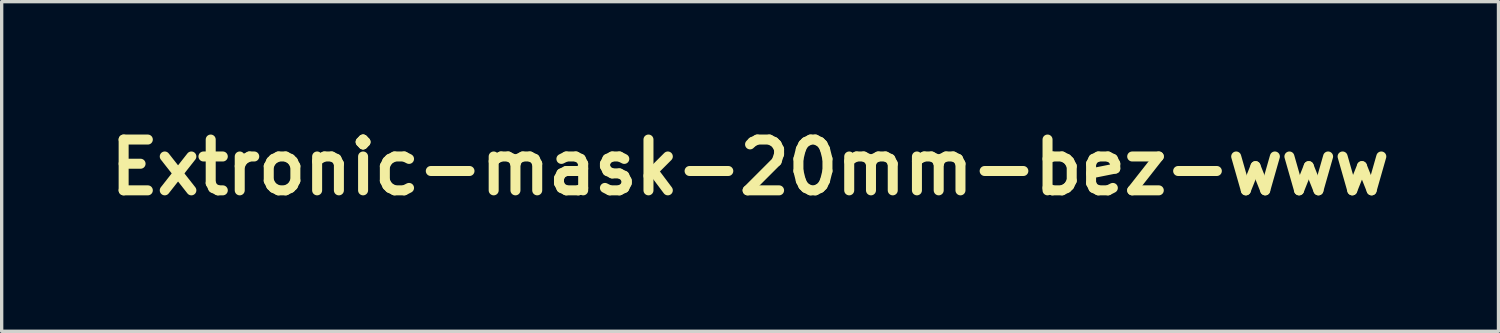
<source format=kicad_pcb>
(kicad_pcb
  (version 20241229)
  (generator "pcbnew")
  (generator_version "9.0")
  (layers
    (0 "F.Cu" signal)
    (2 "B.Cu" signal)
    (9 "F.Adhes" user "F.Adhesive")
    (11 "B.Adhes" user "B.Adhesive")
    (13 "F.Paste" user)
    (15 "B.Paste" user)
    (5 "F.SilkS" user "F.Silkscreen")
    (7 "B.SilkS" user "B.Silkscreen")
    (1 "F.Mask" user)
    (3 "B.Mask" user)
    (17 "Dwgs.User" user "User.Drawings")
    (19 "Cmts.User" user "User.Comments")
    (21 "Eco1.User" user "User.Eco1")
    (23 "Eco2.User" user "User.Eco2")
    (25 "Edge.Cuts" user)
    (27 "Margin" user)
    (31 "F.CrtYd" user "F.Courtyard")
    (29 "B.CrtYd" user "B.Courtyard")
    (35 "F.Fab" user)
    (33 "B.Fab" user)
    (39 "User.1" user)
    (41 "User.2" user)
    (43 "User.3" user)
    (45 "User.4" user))
  (footprint "Extronic-mask-20mm-bez-www"
    (layer "F.Cu")
    (at 19.456 1.972)
    (property "Reference" "Extronic-mask-20mm-bez-www" (at 0 0 180) (layer "F.SilkS") (effects (font (size 1.524 1.524) (thickness 0.3))))
    (attr board_only exclude_from_pos_files exclude_from_bom)
    (fp_poly (pts (xy 6.905 -0.59) (xy 6.989 -0.59) (xy 7.062 -0.589) (xy 7.122 -0.588) (xy 7.166 -0.588) (xy 7.192 -0.587) (xy 7.198 -0.586) (xy 7.194 -0.575) (xy 7.184 -0.543) (xy 7.167 -0.494) (xy 7.144 -0.427) (xy 7.117 -0.346) (xy 7.085 -0.251) (xy 7.048 -0.144) (xy 7.009 -0.028) (xy 6.967 0.096) (xy 6.923 0.227) (xy 6.877 0.362) (xy 6.83 0.501) (xy 6.782 0.64) (xy 6.735 0.779) (xy 6.689 0.916) (xy 6.643 1.048) (xy 6.6 1.175) (xy 6.56 1.295) (xy 6.522 1.405) (xy 6.488 1.505) (xy 6.458 1.592) (xy 6.434 1.664) (xy 6.428 1.682) (xy 6.362 1.875) (xy 5.591 1.875) (xy 5.743 1.426) (xy 5.774 1.335) (xy 5.811 1.225) (xy 5.854 1.101) (xy 5.9 0.964) (xy 5.95 0.819) (xy 6.001 0.668) (xy 6.053 0.516) (xy 6.104 0.365) (xy 6.153 0.219) (xy 6.162 0.194) (xy 6.428 -0.59) (xy 6.813 -0.59)) (stroke (width 0) (type solid)) (fill yes) (layer "F.Mask"))
    (fp_poly (pts (xy 7.262 -1.898) (xy 7.28 -1.874) (xy 7.307 -1.836) (xy 7.339 -1.788) (xy 7.374 -1.734) (xy 7.412 -1.676) (xy 7.449 -1.618) (xy 7.484 -1.563) (xy 7.514 -1.515) (xy 7.537 -1.477) (xy 7.551 -1.451) (xy 7.555 -1.442) (xy 7.545 -1.434) (xy 7.519 -1.414) (xy 7.479 -1.384) (xy 7.427 -1.344) (xy 7.365 -1.297) (xy 7.296 -1.245) (xy 7.25 -1.209) (xy 7.177 -1.154) (xy 7.109 -1.102) (xy 7.049 -1.057) (xy 7 -1.019) (xy 6.963 -0.991) (xy 6.94 -0.974) (xy 6.935 -0.97) (xy 6.921 -0.97) (xy 6.902 -0.989) (xy 6.893 -1.003) (xy 6.873 -1.035) (xy 6.845 -1.078) (xy 6.813 -1.129) (xy 6.779 -1.185) (xy 6.743 -1.243) (xy 6.709 -1.298) (xy 6.679 -1.348) (xy 6.654 -1.388) (xy 6.638 -1.417) (xy 6.631 -1.429) (xy 6.631 -1.429) (xy 6.639 -1.437) (xy 6.664 -1.457) (xy 6.702 -1.486) (xy 6.751 -1.524) (xy 6.807 -1.568) (xy 6.869 -1.616) (xy 6.934 -1.666) (xy 7 -1.716) (xy 7.063 -1.764) (xy 7.121 -1.808) (xy 7.172 -1.847) (xy 7.213 -1.877) (xy 7.241 -1.898) (xy 7.254 -1.907) (xy 7.254 -1.907)) (stroke (width 0) (type solid)) (fill yes) (layer "F.Mask"))
    (fp_poly (pts (xy 0.14 -0.634) (xy 0.216 -0.631) (xy 0.064 -0.304) (xy 0.027 -0.223) (xy -0.008 -0.149) (xy -0.038 -0.085) (xy -0.063 -0.032) (xy -0.082 0.006) (xy -0.093 0.026) (xy -0.094 0.029) (xy -0.108 0.03) (xy -0.14 0.026) (xy -0.184 0.019) (xy -0.228 0.011) (xy -0.322 -0.005) (xy -0.413 -0.013) (xy -0.495 -0.014) (xy -0.563 -0.006) (xy -0.599 0.004) (xy -0.632 0.019) (xy -0.675 0.043) (xy -0.73 0.079) (xy -0.799 0.127) (xy -0.801 0.128) (xy -0.806 0.14) (xy -0.817 0.171) (xy -0.835 0.22) (xy -0.858 0.285) (xy -0.885 0.364) (xy -0.917 0.454) (xy -0.951 0.555) (xy -0.989 0.663) (xy -1.028 0.777) (xy -1.069 0.895) (xy -1.11 1.015) (xy -1.151 1.134) (xy -1.191 1.251) (xy -1.23 1.364) (xy -1.266 1.47) (xy -1.299 1.569) (xy -1.329 1.657) (xy -1.355 1.732) (xy -1.375 1.793) (xy -1.39 1.838) (xy -1.398 1.865) (xy -1.4 1.871) (xy -1.411 1.872) (xy -1.443 1.873) (xy -1.492 1.873) (xy -1.557 1.874) (xy -1.634 1.874) (xy -1.72 1.875) (xy -1.787 1.875) (xy -2.174 1.875) (xy -2.021 1.426) (xy -1.99 1.335) (xy -1.953 1.225) (xy -1.911 1.101) (xy -1.864 0.964) (xy -1.815 0.819) (xy -1.764 0.668) (xy -1.712 0.516) (xy -1.661 0.365) (xy -1.611 0.219) (xy -1.603 0.194) (xy -1.337 -0.59) (xy -0.64 -0.59) (xy -0.667 -0.449) (xy -0.677 -0.395) (xy -0.684 -0.35) (xy -0.688 -0.317) (xy -0.688 -0.303) (xy -0.688 -0.302) (xy -0.677 -0.307) (xy -0.656 -0.323) (xy -0.633 -0.343) (xy -0.597 -0.376) (xy -0.551 -0.415) (xy -0.5 -0.456) (xy -0.451 -0.494) (xy -0.409 -0.524) (xy -0.391 -0.536) (xy -0.337 -0.562) (xy -0.264 -0.586) (xy -0.179 -0.606) (xy -0.087 -0.622) (xy 0.006 -0.632) (xy 0.097 -0.635)) (stroke (width 0) (type solid)) (fill yes) (layer "F.Mask"))
    (fp_poly (pts (xy 5.155 -0.628) (xy 5.258 -0.603) (xy 5.347 -0.562) (xy 5.42 -0.506) (xy 5.478 -0.436) (xy 5.509 -0.373) (xy 5.525 -0.313) (xy 5.534 -0.238) (xy 5.536 -0.156) (xy 5.53 -0.076) (xy 5.516 -0.004) (xy 5.51 0.015) (xy 5.497 0.054) (xy 5.479 0.11) (xy 5.455 0.182) (xy 5.426 0.268) (xy 5.393 0.366) (xy 5.357 0.473) (xy 5.319 0.588) (xy 5.278 0.708) (xy 5.236 0.832) (xy 5.194 0.958) (xy 5.152 1.082) (xy 5.111 1.205) (xy 5.071 1.322) (xy 5.033 1.433) (xy 4.998 1.535) (xy 4.967 1.627) (xy 4.94 1.705) (xy 4.918 1.769) (xy 4.902 1.816) (xy 4.895 1.837) (xy 4.881 1.875) (xy 4.112 1.875) (xy 4.221 1.554) (xy 4.293 1.342) (xy 4.358 1.151) (xy 4.416 0.98) (xy 4.467 0.827) (xy 4.513 0.692) (xy 4.553 0.573) (xy 4.587 0.469) (xy 4.617 0.379) (xy 4.642 0.302) (xy 4.662 0.236) (xy 4.678 0.181) (xy 4.691 0.136) (xy 4.701 0.098) (xy 4.707 0.068) (xy 4.711 0.044) (xy 4.712 0.025) (xy 4.712 0.009) (xy 4.709 -0.004) (xy 4.706 -0.015) (xy 4.701 -0.027) (xy 4.698 -0.034) (xy 4.669 -0.076) (xy 4.623 -0.103) (xy 4.56 -0.117) (xy 4.483 -0.116) (xy 4.391 -0.101) (xy 4.286 -0.072) (xy 4.169 -0.029) (xy 4.073 0.013) (xy 3.998 0.047) (xy 3.802 0.622) (xy 3.76 0.747) (xy 3.716 0.877) (xy 3.671 1.009) (xy 3.627 1.138) (xy 3.586 1.26) (xy 3.548 1.371) (xy 3.515 1.468) (xy 3.492 1.536) (xy 3.376 1.875) (xy 2.605 1.875) (xy 2.758 1.426) (xy 2.789 1.335) (xy 2.826 1.225) (xy 2.868 1.101) (xy 2.915 0.964) (xy 2.964 0.819) (xy 3.015 0.668) (xy 3.067 0.516) (xy 3.118 0.365) (xy 3.168 0.219) (xy 3.176 0.194) (xy 3.443 -0.59) (xy 4.134 -0.59) (xy 4.127 -0.555) (xy 4.123 -0.527) (xy 4.118 -0.484) (xy 4.113 -0.435) (xy 4.112 -0.428) (xy 4.105 -0.336) (xy 4.23 -0.395) (xy 4.394 -0.468) (xy 4.55 -0.528) (xy 4.695 -0.576) (xy 4.829 -0.61) (xy 4.949 -0.631) (xy 5.041 -0.636)) (stroke (width 0) (type solid)) (fill yes) (layer "F.Mask"))
    (fp_poly (pts (xy 9.27 -0.626) (xy 9.496 -0.595) (xy 9.5 -0.594) (xy 9.548 -0.585) (xy 9.6 -0.575) (xy 9.652 -0.563) (xy 9.698 -0.553) (xy 9.732 -0.544) (xy 9.751 -0.539) (xy 9.752 -0.538) (xy 9.748 -0.528) (xy 9.733 -0.501) (xy 9.711 -0.46) (xy 9.682 -0.409) (xy 9.649 -0.35) (xy 9.614 -0.288) (xy 9.577 -0.224) (xy 9.542 -0.162) (xy 9.509 -0.106) (xy 9.482 -0.058) (xy 9.46 -0.022) (xy 9.447 -0.001) (xy 9.444 0.003) (xy 9.431 0.002) (xy 9.4 -0.006) (xy 9.357 -0.02) (xy 9.304 -0.04) (xy 9.29 -0.045) (xy 9.196 -0.081) (xy 9.118 -0.109) (xy 9.051 -0.13) (xy 8.991 -0.145) (xy 8.934 -0.156) (xy 8.882 -0.162) (xy 8.752 -0.167) (xy 8.621 -0.152) (xy 8.562 -0.139) (xy 8.51 -0.114) (xy 8.455 -0.07) (xy 8.399 -0.007) (xy 8.343 0.072) (xy 8.29 0.165) (xy 8.283 0.179) (xy 8.245 0.26) (xy 8.205 0.356) (xy 8.163 0.462) (xy 8.123 0.574) (xy 8.085 0.685) (xy 8.052 0.791) (xy 8.025 0.886) (xy 8.008 0.96) (xy 7.99 1.068) (xy 7.984 1.158) (xy 7.991 1.233) (xy 8.011 1.296) (xy 8.044 1.347) (xy 8.05 1.354) (xy 8.078 1.382) (xy 8.109 1.403) (xy 8.145 1.416) (xy 8.192 1.424) (xy 8.254 1.427) (xy 8.326 1.427) (xy 8.482 1.419) (xy 8.652 1.396) (xy 8.837 1.36) (xy 8.934 1.336) (xy 8.992 1.322) (xy 9.041 1.31) (xy 9.078 1.301) (xy 9.098 1.296) (xy 9.101 1.296) (xy 9.103 1.307) (xy 9.106 1.336) (xy 9.107 1.377) (xy 9.107 1.405) (xy 9.107 1.514) (xy 9.018 1.569) (xy 8.828 1.677) (xy 8.634 1.767) (xy 8.438 1.838) (xy 8.245 1.889) (xy 8.164 1.904) (xy 8.101 1.911) (xy 8.025 1.916) (xy 7.942 1.919) (xy 7.86 1.919) (xy 7.785 1.916) (xy 7.724 1.91) (xy 7.713 1.909) (xy 7.642 1.893) (xy 7.567 1.87) (xy 7.495 1.843) (xy 7.433 1.813) (xy 7.403 1.795) (xy 7.339 1.739) (xy 7.28 1.667) (xy 7.232 1.588) (xy 7.208 1.531) (xy 7.197 1.498) (xy 7.19 1.467) (xy 7.185 1.433) (xy 7.182 1.391) (xy 7.181 1.335) (xy 7.18 1.267) (xy 7.181 1.181) (xy 7.184 1.112) (xy 7.19 1.056) (xy 7.198 1.006) (xy 7.202 0.989) (xy 7.264 0.765) (xy 7.342 0.553) (xy 7.436 0.356) (xy 7.543 0.174) (xy 7.646 0.034) (xy 7.785 -0.121) (xy 7.935 -0.255) (xy 8.096 -0.37) (xy 8.267 -0.464) (xy 8.449 -0.538) (xy 8.64 -0.591) (xy 8.841 -0.624) (xy 9.051 -0.635)) (stroke (width 0) (type solid)) (fill yes) (layer "F.Mask"))
    (fp_poly (pts (xy 1.769 -0.629) (xy 1.836 -0.628) (xy 1.889 -0.625) (xy 1.934 -0.621) (xy 1.976 -0.615) (xy 2.018 -0.606) (xy 2.025 -0.604) (xy 2.157 -0.564) (xy 2.272 -0.509) (xy 2.369 -0.44) (xy 2.448 -0.355) (xy 2.509 -0.256) (xy 2.552 -0.143) (xy 2.564 -0.093) (xy 2.579 0.021) (xy 2.578 0.148) (xy 2.563 0.287) (xy 2.533 0.434) (xy 2.49 0.587) (xy 2.434 0.743) (xy 2.366 0.899) (xy 2.361 0.908) (xy 2.259 1.096) (xy 2.142 1.265) (xy 2.012 1.416) (xy 1.868 1.548) (xy 1.711 1.661) (xy 1.541 1.755) (xy 1.359 1.831) (xy 1.18 1.882) (xy 1.132 1.893) (xy 1.086 1.901) (xy 1.038 1.907) (xy 0.983 1.911) (xy 0.914 1.913) (xy 0.833 1.915) (xy 0.761 1.916) (xy 0.696 1.917) (xy 0.641 1.916) (xy 0.601 1.916) (xy 0.579 1.914) (xy 0.579 1.914) (xy 0.449 1.888) (xy 0.34 1.858) (xy 0.247 1.821) (xy 0.168 1.776) (xy 0.099 1.723) (xy 0.052 1.675) (xy -0.015 1.584) (xy -0.065 1.48) (xy -0.088 1.403) (xy -0.098 1.337) (xy -0.103 1.255) (xy -0.102 1.166) (xy 0.675 1.166) (xy 0.678 1.262) (xy 0.696 1.342) (xy 0.73 1.405) (xy 0.78 1.451) (xy 0.846 1.482) (xy 0.929 1.496) (xy 1.029 1.495) (xy 1.146 1.478) (xy 1.163 1.475) (xy 1.21 1.463) (xy 1.254 1.448) (xy 1.282 1.435) (xy 1.317 1.404) (xy 1.358 1.353) (xy 1.402 1.284) (xy 1.449 1.198) (xy 1.498 1.099) (xy 1.548 0.987) (xy 1.597 0.865) (xy 1.646 0.735) (xy 1.692 0.599) (xy 1.693 0.596) (xy 1.736 0.452) (xy 1.767 0.32) (xy 1.787 0.202) (xy 1.794 0.099) (xy 1.79 0.013) (xy 1.776 -0.048) (xy 1.742 -0.11) (xy 1.692 -0.161) (xy 1.635 -0.192) (xy 1.589 -0.203) (xy 1.527 -0.207) (xy 1.456 -0.205) (xy 1.382 -0.198) (xy 1.31 -0.185) (xy 1.267 -0.173) (xy 1.22 -0.156) (xy 1.181 -0.135) (xy 1.145 -0.105) (xy 1.112 -0.066) (xy 1.077 -0.014) (xy 1.039 0.055) (xy 1.001 0.131) (xy 0.941 0.263) (xy 0.882 0.404) (xy 0.828 0.55) (xy 0.779 0.694) (xy 0.738 0.833) (xy 0.706 0.961) (xy 0.688 1.053) (xy 0.675 1.166) (xy -0.102 1.166) (xy -0.102 1.163) (xy -0.096 1.067) (xy -0.085 0.974) (xy -0.069 0.889) (xy -0.065 0.874) (xy -0.000474 0.655) (xy 0.08 0.45) (xy 0.175 0.261) (xy 0.285 0.088) (xy 0.408 -0.068) (xy 0.545 -0.207) (xy 0.694 -0.328) (xy 0.855 -0.429) (xy 1.027 -0.512) (xy 1.127 -0.549) (xy 1.218 -0.577) (xy 1.301 -0.598) (xy 1.382 -0.613) (xy 1.467 -0.623) (xy 1.562 -0.628) (xy 1.674 -0.63) (xy 1.684 -0.63)) (stroke (width 0) (type solid)) (fill yes) (layer "F.Mask"))
    (fp_poly (pts (xy -2.467 -1.004) (xy -2.351 -1.001) (xy -2.408 -0.827) (xy -2.428 -0.765) (xy -2.445 -0.709) (xy -2.46 -0.662) (xy -2.469 -0.631) (xy -2.471 -0.622) (xy -2.478 -0.59) (xy -2.124 -0.59) (xy -2.037 -0.59) (xy -1.957 -0.59) (xy -1.887 -0.589) (xy -1.832 -0.588) (xy -1.793 -0.587) (xy -1.773 -0.585) (xy -1.77 -0.585) (xy -1.775 -0.571) (xy -1.787 -0.54) (xy -1.805 -0.498) (xy -1.827 -0.448) (xy -1.85 -0.396) (xy -1.873 -0.345) (xy -1.894 -0.299) (xy -1.911 -0.265) (xy -1.922 -0.245) (xy -1.924 -0.242) (xy -1.943 -0.235) (xy -1.984 -0.228) (xy -2.045 -0.219) (xy -2.124 -0.21) (xy -2.218 -0.2) (xy -2.327 -0.19) (xy -2.37 -0.186) (xy -2.443 -0.179) (xy -2.508 -0.173) (xy -2.561 -0.168) (xy -2.599 -0.164) (xy -2.619 -0.161) (xy -2.621 -0.16) (xy -2.626 -0.148) (xy -2.638 -0.116) (xy -2.655 -0.067) (xy -2.677 -0.003) (xy -2.704 0.074) (xy -2.734 0.162) (xy -2.766 0.257) (xy -2.801 0.358) (xy -2.836 0.463) (xy -2.872 0.569) (xy -2.907 0.674) (xy -2.941 0.775) (xy -2.973 0.871) (xy -3.002 0.958) (xy -3.027 1.035) (xy -3.048 1.1) (xy -3.064 1.149) (xy -3.074 1.181) (xy -3.077 1.192) (xy -3.086 1.24) (xy -3.088 1.273) (xy -3.082 1.297) (xy -3.067 1.321) (xy -3.06 1.329) (xy -3.044 1.345) (xy -3.024 1.358) (xy -2.998 1.366) (xy -2.964 1.372) (xy -2.919 1.373) (xy -2.862 1.371) (xy -2.789 1.366) (xy -2.698 1.357) (xy -2.588 1.345) (xy -2.543 1.34) (xy -2.492 1.335) (xy -2.45 1.332) (xy -2.421 1.332) (xy -2.412 1.334) (xy -2.412 1.347) (xy -2.419 1.377) (xy -2.432 1.42) (xy -2.447 1.467) (xy -2.489 1.594) (xy -2.653 1.669) (xy -2.859 1.757) (xy -3.055 1.826) (xy -3.243 1.877) (xy -3.372 1.903) (xy -3.447 1.913) (xy -3.53 1.918) (xy -3.613 1.919) (xy -3.69 1.916) (xy -3.754 1.908) (xy -3.769 1.904) (xy -3.845 1.876) (xy -3.903 1.833) (xy -3.944 1.776) (xy -3.966 1.705) (xy -3.971 1.621) (xy -3.957 1.524) (xy -3.952 1.504) (xy -3.945 1.482) (xy -3.932 1.44) (xy -3.912 1.38) (xy -3.887 1.304) (xy -3.857 1.214) (xy -3.822 1.111) (xy -3.784 0.998) (xy -3.743 0.876) (xy -3.7 0.748) (xy -3.662 0.636) (xy -3.617 0.505) (xy -3.576 0.381) (xy -3.537 0.265) (xy -3.502 0.159) (xy -3.471 0.065) (xy -3.445 -0.017) (xy -3.424 -0.083) (xy -3.409 -0.132) (xy -3.4 -0.163) (xy -3.398 -0.174) (xy -3.413 -0.181) (xy -3.444 -0.194) (xy -3.485 -0.211) (xy -3.509 -0.22) (xy -3.557 -0.239) (xy -3.587 -0.252) (xy -3.601 -0.263) (xy -3.605 -0.274) (xy -3.604 -0.28) (xy -3.597 -0.302) (xy -3.585 -0.339) (xy -3.571 -0.38) (xy -3.545 -0.457) (xy -3.063 -0.732) (xy -2.582 -1.008)) (stroke (width 0) (type solid)) (fill yes) (layer "F.Mask"))
    (fp_poly (pts (xy -8.032 -0.634) (xy -7.982 -0.631) (xy -7.933 -0.624) (xy -7.89 -0.616) (xy -7.768 -0.582) (xy -7.664 -0.533) (xy -7.577 -0.47) (xy -7.506 -0.392) (xy -7.451 -0.296) (xy -7.41 -0.184) (xy -7.406 -0.166) (xy -7.394 -0.108) (xy -7.387 -0.037) (xy -7.383 0.042) (xy -7.382 0.124) (xy -7.384 0.206) (xy -7.39 0.282) (xy -7.398 0.349) (xy -7.409 0.401) (xy -7.423 0.435) (xy -7.423 0.435) (xy -7.446 0.459) (xy -7.484 0.489) (xy -7.532 0.521) (xy -7.584 0.55) (xy -7.634 0.574) (xy -7.646 0.579) (xy -7.709 0.599) (xy -7.787 0.62) (xy -7.874 0.64) (xy -7.964 0.657) (xy -8.049 0.67) (xy -8.065 0.672) (xy -8.103 0.676) (xy -8.16 0.681) (xy -8.234 0.688) (xy -8.32 0.695) (xy -8.414 0.703) (xy -8.513 0.71) (xy -8.586 0.716) (xy -8.997 0.746) (xy -9.025 0.839) (xy -9.043 0.918) (xy -9.053 1) (xy -9.054 1.08) (xy -9.046 1.15) (xy -9.03 1.204) (xy -8.987 1.272) (xy -8.928 1.328) (xy -8.876 1.359) (xy -8.853 1.368) (xy -8.829 1.375) (xy -8.799 1.379) (xy -8.759 1.381) (xy -8.705 1.382) (xy -8.644 1.382) (xy -8.588 1.382) (xy -8.537 1.38) (xy -8.489 1.377) (xy -8.441 1.372) (xy -8.391 1.364) (xy -8.335 1.353) (xy -8.272 1.339) (xy -8.199 1.32) (xy -8.114 1.297) (xy -8.013 1.268) (xy -7.895 1.234) (xy -7.791 1.203) (xy -7.718 1.182) (xy -7.718 1.407) (xy -7.843 1.481) (xy -8.037 1.591) (xy -8.232 1.686) (xy -8.426 1.768) (xy -8.615 1.833) (xy -8.796 1.881) (xy -8.91 1.903) (xy -8.985 1.912) (xy -9.072 1.917) (xy -9.163 1.919) (xy -9.251 1.917) (xy -9.329 1.912) (xy -9.386 1.904) (xy -9.463 1.884) (xy -9.543 1.856) (xy -9.616 1.823) (xy -9.672 1.791) (xy -9.705 1.763) (xy -9.742 1.725) (xy -9.772 1.688) (xy -9.826 1.597) (xy -9.862 1.49) (xy -9.881 1.369) (xy -9.884 1.235) (xy -9.87 1.089) (xy -9.839 0.931) (xy -9.792 0.761) (xy -9.728 0.582) (xy -9.701 0.515) (xy -9.615 0.332) (xy -8.844 0.332) (xy -8.844 0.348) (xy -8.834 0.356) (xy -8.817 0.358) (xy -8.79 0.358) (xy -8.775 0.358) (xy -8.739 0.357) (xy -8.685 0.355) (xy -8.618 0.352) (xy -8.542 0.348) (xy -8.463 0.344) (xy -8.447 0.343) (xy -8.199 0.33) (xy -8.185 0.203) (xy -8.178 0.093) (xy -8.183 -0.002) (xy -8.198 -0.08) (xy -8.223 -0.14) (xy -8.259 -0.181) (xy -8.276 -0.192) (xy -8.32 -0.205) (xy -8.378 -0.208) (xy -8.44 -0.2) (xy -8.499 -0.183) (xy -8.523 -0.173) (xy -8.556 -0.153) (xy -8.588 -0.127) (xy -8.619 -0.091) (xy -8.653 -0.042) (xy -8.69 0.021) (xy -8.733 0.101) (xy -8.753 0.139) (xy -8.79 0.212) (xy -8.818 0.267) (xy -8.835 0.306) (xy -8.844 0.332) (xy -9.615 0.332) (xy -9.606 0.314) (xy -9.499 0.131) (xy -9.379 -0.033) (xy -9.247 -0.178) (xy -9.104 -0.304) (xy -8.949 -0.409) (xy -8.783 -0.495) (xy -8.606 -0.56) (xy -8.418 -0.605) (xy -8.221 -0.629) (xy -8.164 -0.633) (xy -8.09 -0.635)) (stroke (width 0) (type solid)) (fill yes) (layer "F.Mask"))
    (fp_poly (pts (xy -5.562 -1.97) (xy -5.536 -1.962) (xy -5.518 -1.945) (xy -5.503 -1.913) (xy -5.498 -1.898) (xy -5.493 -1.879) (xy -5.483 -1.84) (xy -5.47 -1.783) (xy -5.453 -1.709) (xy -5.433 -1.622) (xy -5.411 -1.524) (xy -5.387 -1.415) (xy -5.362 -1.3) (xy -5.345 -1.227) (xy -5.319 -1.109) (xy -5.295 -0.997) (xy -5.272 -0.895) (xy -5.251 -0.803) (xy -5.233 -0.723) (xy -5.218 -0.659) (xy -5.207 -0.611) (xy -5.2 -0.583) (xy -5.198 -0.576) (xy -5.193 -0.575) (xy -5.182 -0.583) (xy -5.163 -0.599) (xy -5.135 -0.625) (xy -5.098 -0.661) (xy -5.05 -0.71) (xy -4.991 -0.77) (xy -4.92 -0.845) (xy -4.836 -0.933) (xy -4.738 -1.037) (xy -4.644 -1.137) (xy -4.55 -1.237) (xy -4.46 -1.333) (xy -4.374 -1.424) (xy -4.294 -1.509) (xy -4.222 -1.585) (xy -4.159 -1.652) (xy -4.106 -1.708) (xy -4.066 -1.75) (xy -4.039 -1.778) (xy -4.031 -1.786) (xy -3.99 -1.825) (xy -3.951 -1.855) (xy -3.909 -1.878) (xy -3.86 -1.896) (xy -3.801 -1.91) (xy -3.727 -1.921) (xy -3.635 -1.931) (xy -3.614 -1.933) (xy -3.539 -1.939) (xy -3.485 -1.941) (xy -3.448 -1.937) (xy -3.425 -1.929) (xy -3.415 -1.914) (xy -3.414 -1.904) (xy -3.417 -1.874) (xy -3.421 -1.858) (xy -3.43 -1.848) (xy -3.455 -1.822) (xy -3.494 -1.783) (xy -3.546 -1.731) (xy -3.611 -1.668) (xy -3.686 -1.594) (xy -3.771 -1.51) (xy -3.865 -1.419) (xy -3.967 -1.32) (xy -4.075 -1.215) (xy -4.189 -1.105) (xy -4.251 -1.045) (xy -4.367 -0.933) (xy -4.478 -0.826) (xy -4.583 -0.724) (xy -4.681 -0.629) (xy -4.771 -0.542) (xy -4.852 -0.463) (xy -4.923 -0.394) (xy -4.982 -0.337) (xy -5.028 -0.291) (xy -5.061 -0.259) (xy -5.078 -0.241) (xy -5.081 -0.238) (xy -5.079 -0.225) (xy -5.072 -0.192) (xy -5.06 -0.139) (xy -5.043 -0.069) (xy -5.022 0.017) (xy -4.997 0.118) (xy -4.969 0.231) (xy -4.937 0.355) (xy -4.903 0.489) (xy -4.867 0.63) (xy -4.834 0.76) (xy -4.784 0.953) (xy -4.741 1.124) (xy -4.703 1.273) (xy -4.67 1.402) (xy -4.644 1.511) (xy -4.622 1.601) (xy -4.606 1.671) (xy -4.595 1.724) (xy -4.589 1.758) (xy -4.587 1.775) (xy -4.587 1.777) (xy -4.609 1.819) (xy -4.648 1.853) (xy -4.694 1.873) (xy -4.736 1.882) (xy -4.793 1.89) (xy -4.86 1.898) (xy -4.934 1.904) (xy -5.01 1.91) (xy -5.084 1.914) (xy -5.153 1.917) (xy -5.212 1.917) (xy -5.258 1.915) (xy -5.286 1.912) (xy -5.291 1.909) (xy -5.314 1.888) (xy -5.322 1.876) (xy -5.327 1.862) (xy -5.336 1.826) (xy -5.349 1.772) (xy -5.366 1.701) (xy -5.386 1.616) (xy -5.409 1.517) (xy -5.435 1.406) (xy -5.462 1.287) (xy -5.491 1.16) (xy -5.508 1.087) (xy -5.538 0.957) (xy -5.566 0.833) (xy -5.592 0.717) (xy -5.617 0.612) (xy -5.638 0.518) (xy -5.657 0.439) (xy -5.672 0.375) (xy -5.683 0.329) (xy -5.69 0.302) (xy -5.691 0.297) (xy -5.695 0.295) (xy -5.704 0.3) (xy -5.719 0.312) (xy -5.741 0.332) (xy -5.771 0.36) (xy -5.81 0.399) (xy -5.858 0.448) (xy -5.916 0.509) (xy -5.986 0.582) (xy -6.069 0.668) (xy -6.164 0.769) (xy -6.274 0.886) (xy -6.384 1.003) (xy -6.488 1.113) (xy -6.588 1.22) (xy -6.684 1.321) (xy -6.773 1.415) (xy -6.855 1.502) (xy -6.928 1.579) (xy -6.991 1.646) (xy -7.043 1.701) (xy -7.083 1.742) (xy -7.109 1.769) (xy -7.118 1.779) (xy -7.156 1.81) (xy -7.199 1.839) (xy -7.222 1.851) (xy -7.282 1.871) (xy -7.358 1.888) (xy -7.444 1.9) (xy -7.532 1.907) (xy -7.599 1.907) (xy -7.656 1.904) (xy -7.694 1.899) (xy -7.714 1.888) (xy -7.72 1.871) (xy -7.713 1.845) (xy -7.707 1.83) (xy -7.698 1.818) (xy -7.672 1.791) (xy -7.632 1.749) (xy -7.579 1.695) (xy -7.513 1.629) (xy -7.436 1.552) (xy -7.349 1.466) (xy -7.253 1.371) (xy -7.148 1.268) (xy -7.037 1.158) (xy -6.919 1.043) (xy -6.797 0.923) (xy -6.752 0.879) (xy -6.628 0.758) (xy -6.509 0.642) (xy -6.396 0.531) (xy -6.29 0.426) (xy -6.191 0.329) (xy -6.102 0.24) (xy -6.022 0.161) (xy -5.954 0.092) (xy -5.897 0.034) (xy -5.854 -0.01) (xy -5.824 -0.041) (xy -5.81 -0.057) (xy -5.809 -0.06) (xy -5.812 -0.077) (xy -5.82 -0.113) (xy -5.833 -0.168) (xy -5.85 -0.237) (xy -5.87 -0.32) (xy -5.893 -0.413) (xy -5.918 -0.513) (xy -5.945 -0.62) (xy -5.973 -0.73) (xy -6.002 -0.841) (xy -6.03 -0.951) (xy -6.057 -1.056) (xy -6.083 -1.156) (xy -6.107 -1.247) (xy -6.129 -1.328) (xy -6.147 -1.395) (xy -6.161 -1.446) (xy -6.171 -1.48) (xy -6.176 -1.493) (xy -6.212 -1.541) (xy -6.255 -1.583) (xy -6.288 -1.605) (xy -6.316 -1.614) (xy -6.356 -1.62) (xy -6.414 -1.622) (xy -6.44 -1.621) (xy -6.558 -1.62) (xy -6.53 -1.735) (xy -6.501 -1.849) (xy -6.372 -1.873) (xy -6.292 -1.887) (xy -6.204 -1.901) (xy -6.11 -1.915) (xy -6.014 -1.928) (xy -5.92 -1.94) (xy -5.83 -1.951) (xy -5.747 -1.96) (xy -5.675 -1.966) (xy -5.618 -1.97) (xy -5.578 -1.972)) (stroke (width 0) (type solid)) (fill yes) (layer "F.Mask")))
  (gr_rect
    (start -3 -3)
    (end 41.913 6.891)
    (stroke (width 0.1) (type default))
    (fill no)
    (layer "Edge.Cuts")))
</source>
